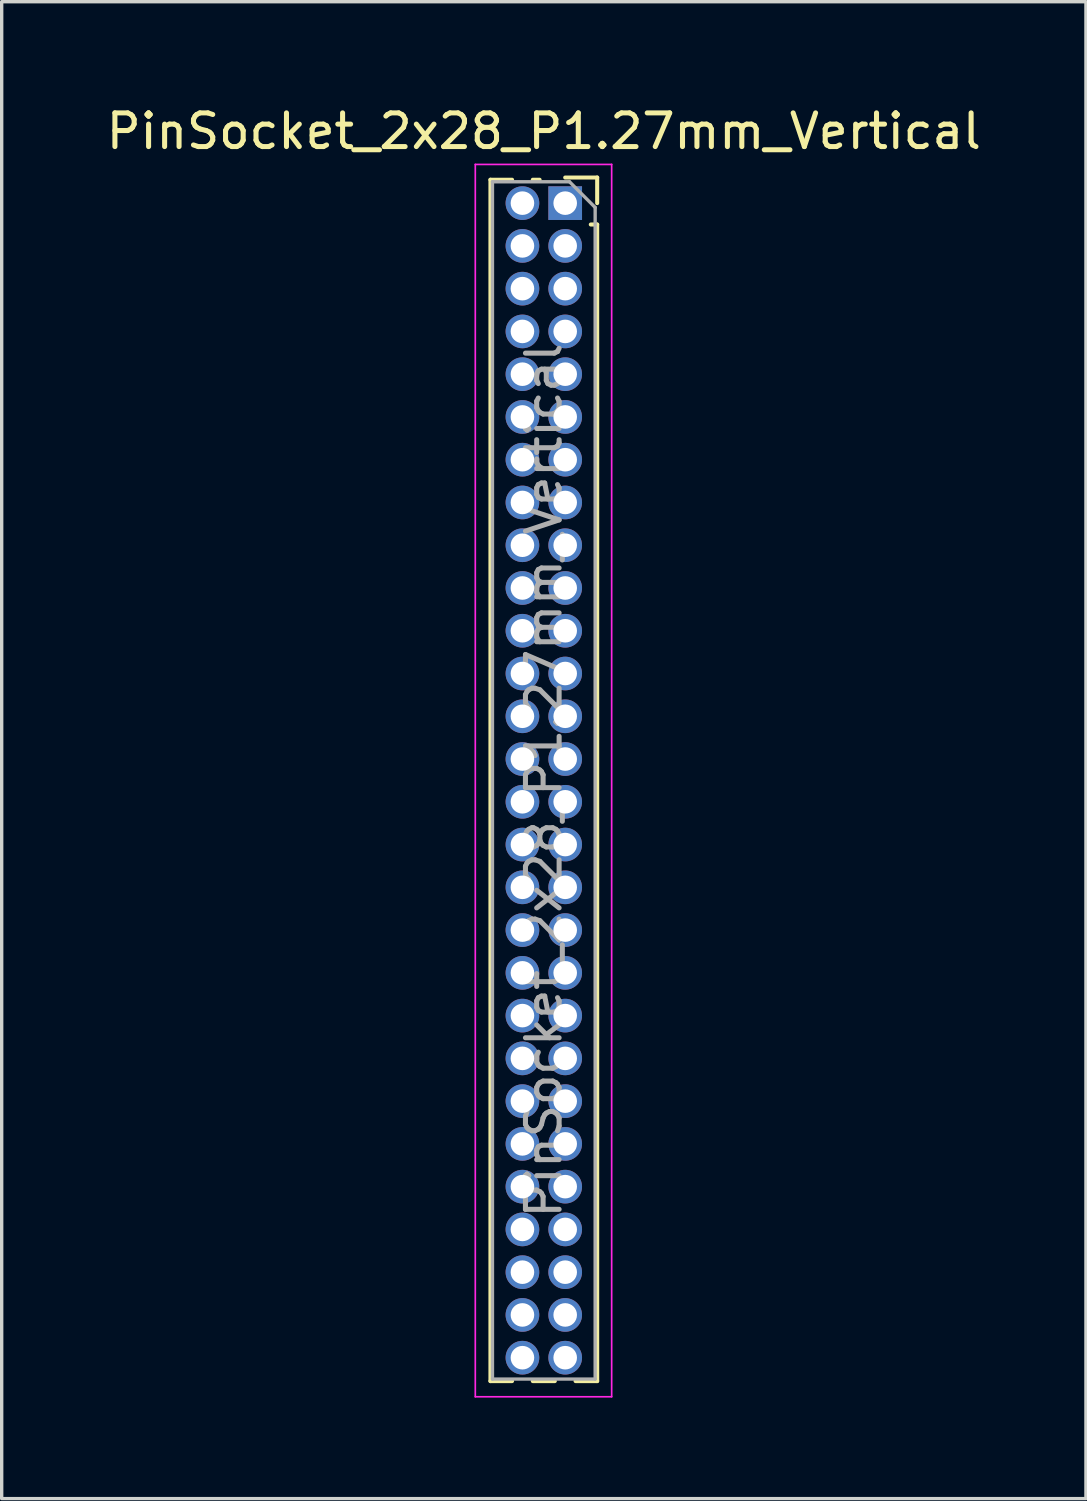
<source format=kicad_pcb>
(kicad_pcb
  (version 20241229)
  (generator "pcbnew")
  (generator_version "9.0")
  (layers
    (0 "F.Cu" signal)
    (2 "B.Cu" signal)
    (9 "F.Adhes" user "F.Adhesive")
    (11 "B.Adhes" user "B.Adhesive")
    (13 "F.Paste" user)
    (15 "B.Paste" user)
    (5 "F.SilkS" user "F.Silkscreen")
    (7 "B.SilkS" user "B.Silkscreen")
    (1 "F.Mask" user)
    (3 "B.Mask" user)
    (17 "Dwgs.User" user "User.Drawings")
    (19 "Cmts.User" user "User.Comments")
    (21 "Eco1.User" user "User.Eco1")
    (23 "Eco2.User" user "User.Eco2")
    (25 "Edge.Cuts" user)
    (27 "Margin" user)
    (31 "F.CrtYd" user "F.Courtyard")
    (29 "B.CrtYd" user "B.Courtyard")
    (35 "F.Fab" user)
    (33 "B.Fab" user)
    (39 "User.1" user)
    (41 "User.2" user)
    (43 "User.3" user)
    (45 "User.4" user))
  (footprint "PinSocket_2x28_P1.27mm_Vertical"
    (layer "F.Cu")
    (at 13.736 2.983)
    (property "Reference" "PinSocket_2x28_P1.27mm_Vertical" (at -0.635 -2.135 0) (layer "F.SilkS") (effects (font (size 1 1) (thickness 0.15))))
    (attr through_hole)
    (fp_line (start -2.22 -0.695) (end -2.22 34.985) (stroke (width 0.12) (type solid)) (layer "F.SilkS"))
    (fp_line (start -2.22 -0.695) (end -1.578 -0.695) (stroke (width 0.12) (type solid)) (layer "F.SilkS"))
    (fp_line (start -2.22 34.985) (end -1.578 34.985) (stroke (width 0.12) (type solid)) (layer "F.SilkS"))
    (fp_line (start -0.962 -0.695) (end -0.76 -0.695) (stroke (width 0.12) (type solid)) (layer "F.SilkS"))
    (fp_line (start -0.962 34.985) (end -0.308 34.985) (stroke (width 0.12) (type solid)) (layer "F.SilkS"))
    (fp_line (start 0 -0.76) (end 0.95 -0.76) (stroke (width 0.12) (type solid)) (layer "F.SilkS"))
    (fp_line (start 0.308 34.985) (end 0.95 34.985) (stroke (width 0.12) (type solid)) (layer "F.SilkS"))
    (fp_line (start 0.76 0.635) (end 0.95 0.635) (stroke (width 0.12) (type solid)) (layer "F.SilkS"))
    (fp_line (start 0.95 -0.76) (end 0.95 0) (stroke (width 0.12) (type solid)) (layer "F.SilkS"))
    (fp_line (start 0.95 0.635) (end 0.95 34.985) (stroke (width 0.12) (type solid)) (layer "F.SilkS"))
    (fp_line (start -2.67 -1.15) (end 1.38 -1.15) (stroke (width 0.05) (type solid)) (layer "F.CrtYd"))
    (fp_line (start -2.67 35.45) (end -2.67 -1.15) (stroke (width 0.05) (type solid)) (layer "F.CrtYd"))
    (fp_line (start 1.38 -1.15) (end 1.38 35.45) (stroke (width 0.05) (type solid)) (layer "F.CrtYd"))
    (fp_line (start 1.38 35.45) (end -2.67 35.45) (stroke (width 0.05) (type solid)) (layer "F.CrtYd"))
    (fp_line (start -2.16 -0.635) (end 0.128 -0.635) (stroke (width 0.1) (type solid)) (layer "F.Fab"))
    (fp_line (start -2.16 34.925) (end -2.16 -0.635) (stroke (width 0.1) (type solid)) (layer "F.Fab"))
    (fp_line (start 0.128 -0.635) (end 0.89 0.128) (stroke (width 0.1) (type solid)) (layer "F.Fab"))
    (fp_line (start 0.89 0.128) (end 0.89 34.925) (stroke (width 0.1) (type solid)) (layer "F.Fab"))
    (fp_line (start 0.89 34.925) (end -2.16 34.925) (stroke (width 0.1) (type solid)) (layer "F.Fab"))
    (fp_text user "${REFERENCE}" (at -0.635 17.145 90) (layer "F.Fab") (effects (font (size 1 1) (thickness 0.15))))
    (pad "1" thru_hole rect (at 0 0) (size 1 1) (drill 0.7) (layers "*.Cu" "*.Mask"))
    (pad "2" thru_hole oval (at -1.27 0) (size 1 1) (drill 0.7) (layers "*.Cu" "*.Mask"))
    (pad "3" thru_hole oval (at 0 1.27) (size 1 1) (drill 0.7) (layers "*.Cu" "*.Mask"))
    (pad "4" thru_hole oval (at -1.27 1.27) (size 1 1) (drill 0.7) (layers "*.Cu" "*.Mask"))
    (pad "5" thru_hole oval (at 0 2.54) (size 1 1) (drill 0.7) (layers "*.Cu" "*.Mask"))
    (pad "6" thru_hole oval (at -1.27 2.54) (size 1 1) (drill 0.7) (layers "*.Cu" "*.Mask"))
    (pad "7" thru_hole oval (at 0 3.81) (size 1 1) (drill 0.7) (layers "*.Cu" "*.Mask"))
    (pad "8" thru_hole oval (at -1.27 3.81) (size 1 1) (drill 0.7) (layers "*.Cu" "*.Mask"))
    (pad "9" thru_hole oval (at 0 5.08) (size 1 1) (drill 0.7) (layers "*.Cu" "*.Mask"))
    (pad "10" thru_hole oval (at -1.27 5.08) (size 1 1) (drill 0.7) (layers "*.Cu" "*.Mask"))
    (pad "11" thru_hole oval (at 0 6.35) (size 1 1) (drill 0.7) (layers "*.Cu" "*.Mask"))
    (pad "12" thru_hole oval (at -1.27 6.35) (size 1 1) (drill 0.7) (layers "*.Cu" "*.Mask"))
    (pad "13" thru_hole oval (at 0 7.62) (size 1 1) (drill 0.7) (layers "*.Cu" "*.Mask"))
    (pad "14" thru_hole oval (at -1.27 7.62) (size 1 1) (drill 0.7) (layers "*.Cu" "*.Mask"))
    (pad "15" thru_hole oval (at 0 8.89) (size 1 1) (drill 0.7) (layers "*.Cu" "*.Mask"))
    (pad "16" thru_hole oval (at -1.27 8.89) (size 1 1) (drill 0.7) (layers "*.Cu" "*.Mask"))
    (pad "17" thru_hole oval (at 0 10.16) (size 1 1) (drill 0.7) (layers "*.Cu" "*.Mask"))
    (pad "18" thru_hole oval (at -1.27 10.16) (size 1 1) (drill 0.7) (layers "*.Cu" "*.Mask"))
    (pad "19" thru_hole oval (at 0 11.43) (size 1 1) (drill 0.7) (layers "*.Cu" "*.Mask"))
    (pad "20" thru_hole oval (at -1.27 11.43) (size 1 1) (drill 0.7) (layers "*.Cu" "*.Mask"))
    (pad "21" thru_hole oval (at 0 12.7) (size 1 1) (drill 0.7) (layers "*.Cu" "*.Mask"))
    (pad "22" thru_hole oval (at -1.27 12.7) (size 1 1) (drill 0.7) (layers "*.Cu" "*.Mask"))
    (pad "23" thru_hole oval (at 0 13.97) (size 1 1) (drill 0.7) (layers "*.Cu" "*.Mask"))
    (pad "24" thru_hole oval (at -1.27 13.97) (size 1 1) (drill 0.7) (layers "*.Cu" "*.Mask"))
    (pad "25" thru_hole oval (at 0 15.24) (size 1 1) (drill 0.7) (layers "*.Cu" "*.Mask"))
    (pad "26" thru_hole oval (at -1.27 15.24) (size 1 1) (drill 0.7) (layers "*.Cu" "*.Mask"))
    (pad "27" thru_hole oval (at 0 16.51) (size 1 1) (drill 0.7) (layers "*.Cu" "*.Mask"))
    (pad "28" thru_hole oval (at -1.27 16.51) (size 1 1) (drill 0.7) (layers "*.Cu" "*.Mask"))
    (pad "29" thru_hole oval (at 0 17.78) (size 1 1) (drill 0.7) (layers "*.Cu" "*.Mask"))
    (pad "30" thru_hole oval (at -1.27 17.78) (size 1 1) (drill 0.7) (layers "*.Cu" "*.Mask"))
    (pad "31" thru_hole oval (at 0 19.05) (size 1 1) (drill 0.7) (layers "*.Cu" "*.Mask"))
    (pad "32" thru_hole oval (at -1.27 19.05) (size 1 1) (drill 0.7) (layers "*.Cu" "*.Mask"))
    (pad "33" thru_hole oval (at 0 20.32) (size 1 1) (drill 0.7) (layers "*.Cu" "*.Mask"))
    (pad "34" thru_hole oval (at -1.27 20.32) (size 1 1) (drill 0.7) (layers "*.Cu" "*.Mask"))
    (pad "35" thru_hole oval (at 0 21.59) (size 1 1) (drill 0.7) (layers "*.Cu" "*.Mask"))
    (pad "36" thru_hole oval (at -1.27 21.59) (size 1 1) (drill 0.7) (layers "*.Cu" "*.Mask"))
    (pad "37" thru_hole oval (at 0 22.86) (size 1 1) (drill 0.7) (layers "*.Cu" "*.Mask"))
    (pad "38" thru_hole oval (at -1.27 22.86) (size 1 1) (drill 0.7) (layers "*.Cu" "*.Mask"))
    (pad "39" thru_hole oval (at 0 24.13) (size 1 1) (drill 0.7) (layers "*.Cu" "*.Mask"))
    (pad "40" thru_hole oval (at -1.27 24.13) (size 1 1) (drill 0.7) (layers "*.Cu" "*.Mask"))
    (pad "41" thru_hole oval (at 0 25.4) (size 1 1) (drill 0.7) (layers "*.Cu" "*.Mask"))
    (pad "42" thru_hole oval (at -1.27 25.4) (size 1 1) (drill 0.7) (layers "*.Cu" "*.Mask"))
    (pad "43" thru_hole oval (at 0 26.67) (size 1 1) (drill 0.7) (layers "*.Cu" "*.Mask"))
    (pad "44" thru_hole oval (at -1.27 26.67) (size 1 1) (drill 0.7) (layers "*.Cu" "*.Mask"))
    (pad "45" thru_hole oval (at 0 27.94) (size 1 1) (drill 0.7) (layers "*.Cu" "*.Mask"))
    (pad "46" thru_hole oval (at -1.27 27.94) (size 1 1) (drill 0.7) (layers "*.Cu" "*.Mask"))
    (pad "47" thru_hole oval (at 0 29.21) (size 1 1) (drill 0.7) (layers "*.Cu" "*.Mask"))
    (pad "48" thru_hole oval (at -1.27 29.21) (size 1 1) (drill 0.7) (layers "*.Cu" "*.Mask"))
    (pad "49" thru_hole oval (at 0 30.48) (size 1 1) (drill 0.7) (layers "*.Cu" "*.Mask"))
    (pad "50" thru_hole oval (at -1.27 30.48) (size 1 1) (drill 0.7) (layers "*.Cu" "*.Mask"))
    (pad "51" thru_hole oval (at 0 31.75) (size 1 1) (drill 0.7) (layers "*.Cu" "*.Mask"))
    (pad "52" thru_hole oval (at -1.27 31.75) (size 1 1) (drill 0.7) (layers "*.Cu" "*.Mask"))
    (pad "53" thru_hole oval (at 0 33.02) (size 1 1) (drill 0.7) (layers "*.Cu" "*.Mask"))
    (pad "54" thru_hole oval (at -1.27 33.02) (size 1 1) (drill 0.7) (layers "*.Cu" "*.Mask"))
    (pad "55" thru_hole oval (at 0 34.29) (size 1 1) (drill 0.7) (layers "*.Cu" "*.Mask"))
    (pad "56" thru_hole oval (at -1.27 34.29) (size 1 1) (drill 0.7) (layers "*.Cu" "*.Mask")))
  (gr_rect
    (start -3 -3)
    (end 29.202 41.458)
    (stroke (width 0.1) (type default))
    (fill no)
    (layer "Edge.Cuts")))
</source>
